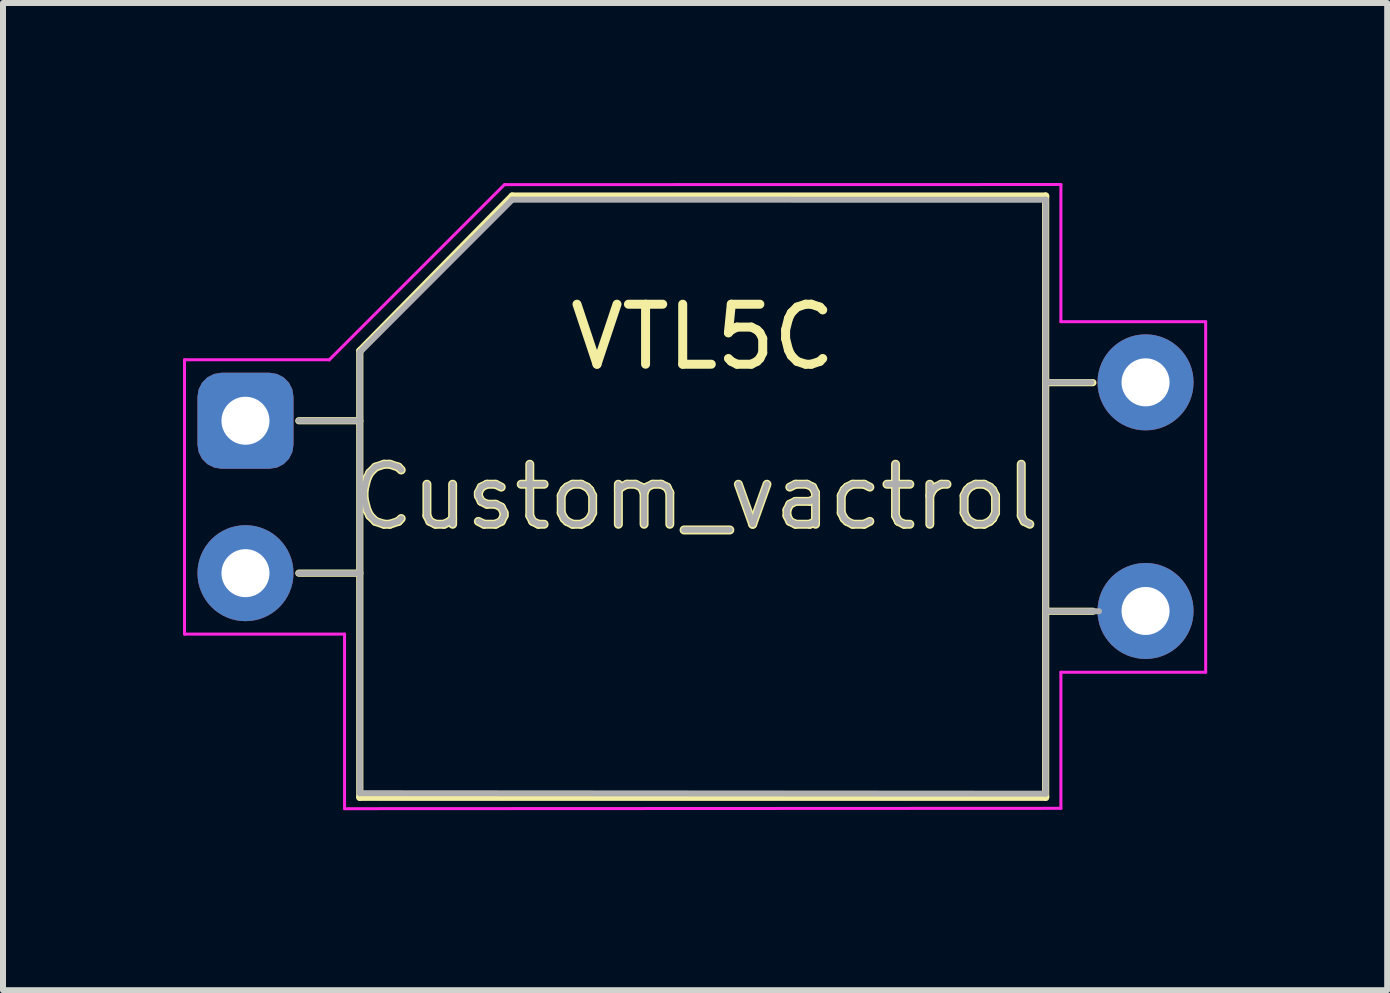
<source format=kicad_pcb>
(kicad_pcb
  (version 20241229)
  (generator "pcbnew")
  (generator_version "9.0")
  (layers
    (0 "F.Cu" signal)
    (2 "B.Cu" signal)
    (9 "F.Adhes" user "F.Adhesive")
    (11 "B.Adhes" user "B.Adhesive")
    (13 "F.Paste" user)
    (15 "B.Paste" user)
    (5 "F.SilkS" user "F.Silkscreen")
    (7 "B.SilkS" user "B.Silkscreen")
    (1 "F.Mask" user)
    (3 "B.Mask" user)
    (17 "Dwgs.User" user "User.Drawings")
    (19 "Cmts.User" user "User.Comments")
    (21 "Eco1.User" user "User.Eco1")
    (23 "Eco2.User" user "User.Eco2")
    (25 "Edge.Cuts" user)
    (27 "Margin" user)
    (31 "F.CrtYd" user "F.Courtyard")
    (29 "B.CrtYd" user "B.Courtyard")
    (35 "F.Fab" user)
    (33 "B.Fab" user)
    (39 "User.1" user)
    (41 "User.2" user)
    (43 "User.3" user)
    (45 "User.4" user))
  (footprint "Custom_vactrol"
    (layer "F.Cu")
    (at 1.041 3.327)
    (property "Reference" "Custom_vactrol" (at 7.5 1.905 180) (layer "F.SilkS") (effects (font (size 1 1) (thickness 0.15))))
    (attr through_hole)
    (fp_line (start 1.905 -0.53) (end 1.905 6.91) (stroke (width 0.12) (type solid)) (layer "F.SilkS"))
    (fp_line (start 1.905 0.635) (end 0.889 0.635) (stroke (width 0.12) (type solid)) (layer "F.SilkS"))
    (fp_line (start 1.905 3.175) (end 0.889 3.175) (stroke (width 0.12) (type solid)) (layer "F.SilkS"))
    (fp_line (start 1.905 6.91) (end 13.335 6.91) (stroke (width 0.12) (type solid)) (layer "F.SilkS"))
    (fp_line (start 4.445 -3.11) (end 1.905 -0.53) (stroke (width 0.12) (type solid)) (layer "F.SilkS"))
    (fp_line (start 13.335 -3.11) (end 4.445 -3.11) (stroke (width 0.12) (type solid)) (layer "F.SilkS"))
    (fp_line (start 13.335 0) (end 14.122 0) (stroke (width 0.12) (type solid)) (layer "F.SilkS"))
    (fp_line (start 13.335 3.81) (end 14.122 3.81) (stroke (width 0.12) (type solid)) (layer "F.SilkS"))
    (fp_line (start 13.335 6.91) (end 13.335 -3.11) (stroke (width 0.12) (type solid)) (layer "F.SilkS"))
    (fp_line (start -1.016 4.191) (end -1.016 -0.381) (stroke (width 0.05) (type solid)) (layer "F.CrtYd"))
    (fp_line (start 1.397 -0.381) (end -1.016 -0.381) (stroke (width 0.05) (type solid)) (layer "F.CrtYd"))
    (fp_line (start 1.397 -0.381) (end 4.318 -3.302) (stroke (width 0.05) (type solid)) (layer "F.CrtYd"))
    (fp_line (start 1.651 4.191) (end -1.016 4.191) (stroke (width 0.05) (type solid)) (layer "F.CrtYd"))
    (fp_line (start 1.651 7.1) (end 1.651 4.191) (stroke (width 0.05) (type solid)) (layer "F.CrtYd"))
    (fp_line (start 4.318 -3.3) (end 13.589 -3.302) (stroke (width 0.05) (type solid)) (layer "F.CrtYd"))
    (fp_line (start 13.589 -3.3) (end 13.589 -1.016) (stroke (width 0.05) (type solid)) (layer "F.CrtYd"))
    (fp_line (start 13.589 4.826) (end 13.589 7.094) (stroke (width 0.05) (type solid)) (layer "F.CrtYd"))
    (fp_line (start 13.589 7.094) (end 1.651 7.1) (stroke (width 0.05) (type solid)) (layer "F.CrtYd"))
    (fp_line (start 16.002 -1.016) (end 13.589 -1.016) (stroke (width 0.05) (type solid)) (layer "F.CrtYd"))
    (fp_line (start 16.002 4.826) (end 13.589 4.826) (stroke (width 0.05) (type solid)) (layer "F.CrtYd"))
    (fp_line (start 16.002 4.826) (end 16.002 -1.016) (stroke (width 0.05) (type solid)) (layer "F.CrtYd"))
    (fp_line (start 0.889 0.635) (end 1.905 0.635) (stroke (width 0.1) (type solid)) (layer "F.Fab"))
    (fp_line (start 0.889 3.175) (end 1.905 3.175) (stroke (width 0.1) (type solid)) (layer "F.Fab"))
    (fp_line (start 1.905 6.842) (end 1.905 -0.508) (stroke (width 0.1) (type solid)) (layer "F.Fab"))
    (fp_line (start 4.445 -3.05) (end 1.905 -0.508) (stroke (width 0.1) (type solid)) (layer "F.Fab"))
    (fp_line (start 4.445 -3.05) (end 13.335 -3.048) (stroke (width 0.1) (type solid)) (layer "F.Fab"))
    (fp_line (start 13.335 -3.05) (end 13.335 6.85) (stroke (width 0.1) (type solid)) (layer "F.Fab"))
    (fp_line (start 13.335 6.85) (end 1.905 6.842) (stroke (width 0.1) (type solid)) (layer "F.Fab"))
    (fp_line (start 14.097 -0.005) (end 13.335 -0.005) (stroke (width 0.1) (type solid)) (layer "F.Fab"))
    (fp_line (start 14.224 3.81) (end 13.335 3.81) (stroke (width 0.1) (type solid)) (layer "F.Fab"))
    (fp_text user "VTL5C" (at 7.62 -0.762 180) (layer "F.SilkS") (effects (font (size 1 1) (thickness 0.15))))
    (fp_text user "${REFERENCE}" (at 7.5 1.9 180) (layer "F.Fab") (effects (font (size 1 1) (thickness 0.1))))
    (pad "1" thru_hole roundrect (at 0 0.635) (size 1.6 1.6) (drill 0.8) (layers "*.Cu" "*.Mask") (roundrect_rratio 0.25))
    (pad "2" thru_hole circle (at 0 3.175) (size 1.6 1.6) (drill 0.8) (layers "*.Cu" "*.Mask"))
    (pad "3" thru_hole circle (at 15 -0.005) (size 1.6 1.6) (drill 0.8) (layers "*.Cu" "*.Mask"))
    (pad "4" thru_hole circle (at 15 3.805) (size 1.6 1.6) (drill 0.8) (layers "*.Cu" "*.Mask")))
  (gr_rect
    (start -3 -3)
    (end 20.068 13.452)
    (stroke (width 0.1) (type default))
    (fill no)
    (layer "Edge.Cuts")))
</source>
